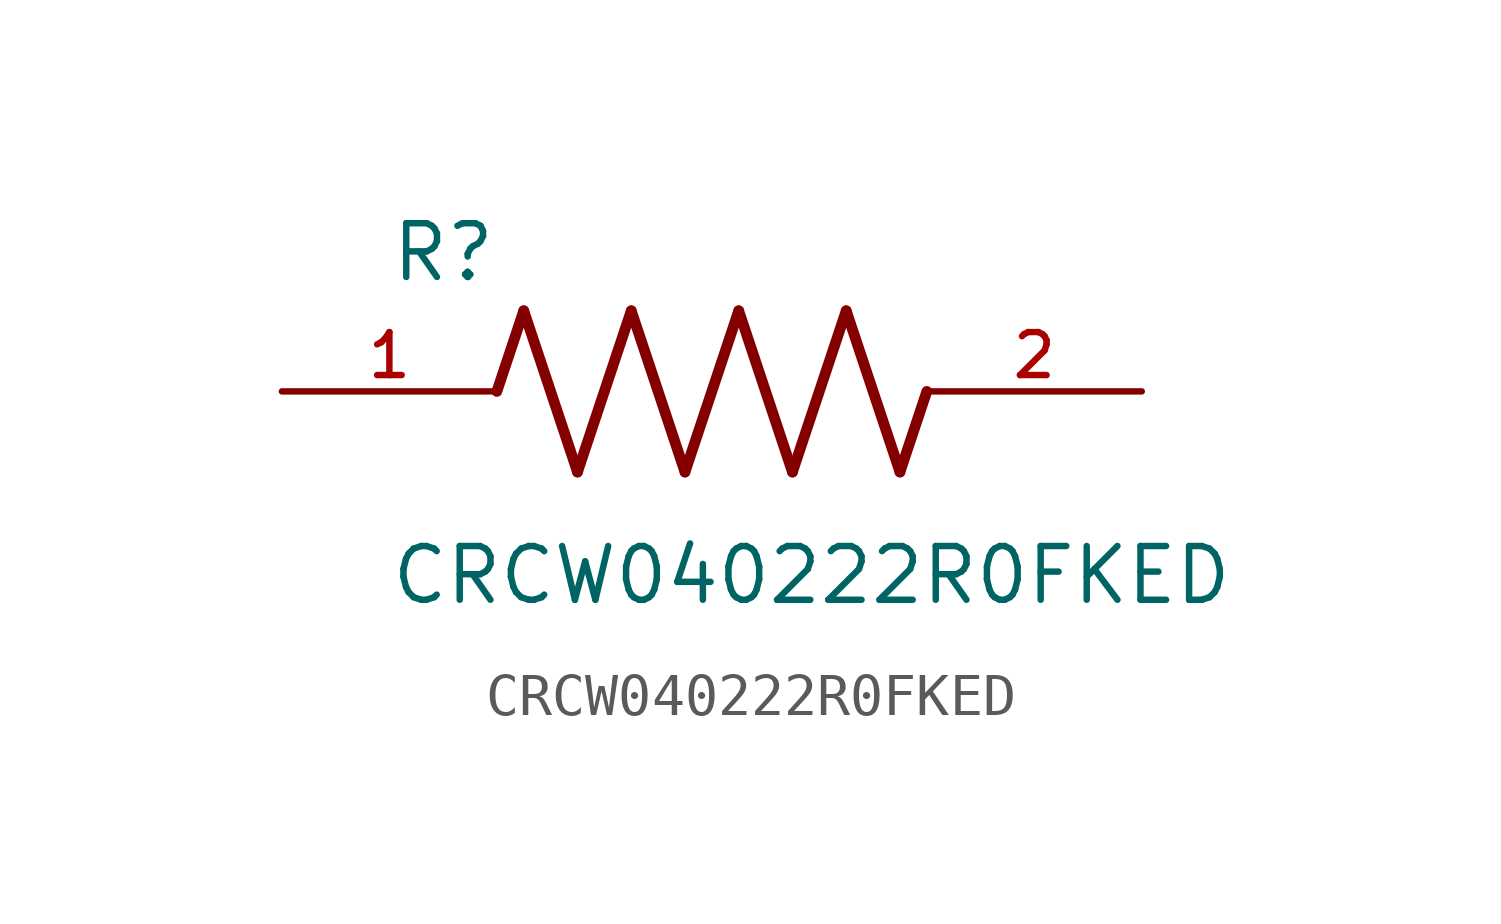
<source format=kicad_sym>
(kicad_symbol_lib
  (version 20211014)
  (generator kicad_symbol_editor)
  (symbol "CRCW040222R0FKED"
    (pin_names
      (offset 1.016))
    (property "Reference" "R"
      (at -7.624 2.541 0)
      (effects (font (size 1.27 1.27)) (justify bottom left)))
    (property "Value" "CRCW040222R0FKED"
      (at -7.63 -5.087 0)
      (effects (font (size 1.27 1.27)) (justify bottom left)))
    (symbol "CRCW040222R0FKED_0_0"
      (polyline (pts (xy -5.08 0.0) (xy -4.445 1.905)) (stroke (width 0.254)))
      (polyline (pts (xy -4.445 1.905) (xy -3.175 -1.905)) (stroke (width 0.254)))
      (polyline (pts (xy -3.175 -1.905) (xy -1.905 1.905)) (stroke (width 0.254)))
      (polyline (pts (xy -1.905 1.905) (xy -0.635 -1.905)) (stroke (width 0.254)))
      (polyline (pts (xy -0.635 -1.905) (xy 0.635 1.905)) (stroke (width 0.254)))
      (polyline (pts (xy 0.635 1.905) (xy 1.905 -1.905)) (stroke (width 0.254)))
      (polyline (pts (xy 1.905 -1.905) (xy 3.175 1.905)) (stroke (width 0.254)))
      (polyline (pts (xy 3.175 1.905) (xy 4.445 -1.905)) (stroke (width 0.254)))
      (polyline (pts (xy 4.445 -1.905) (xy 5.08 0.0)) (stroke (width 0.254)))
      (pin passive line (at -10.16 0.0 0) (length 5.08) (name "~" (effects (font (size 1.016 1.016)))) (number "1" (effects (font (size 1.016 1.016)))))
      (pin passive line (at 10.16 0.0 180.0) (length 5.08) (name "~" (effects (font (size 1.016 1.016)))) (number "2" (effects (font (size 1.016 1.016))))))))
</source>
